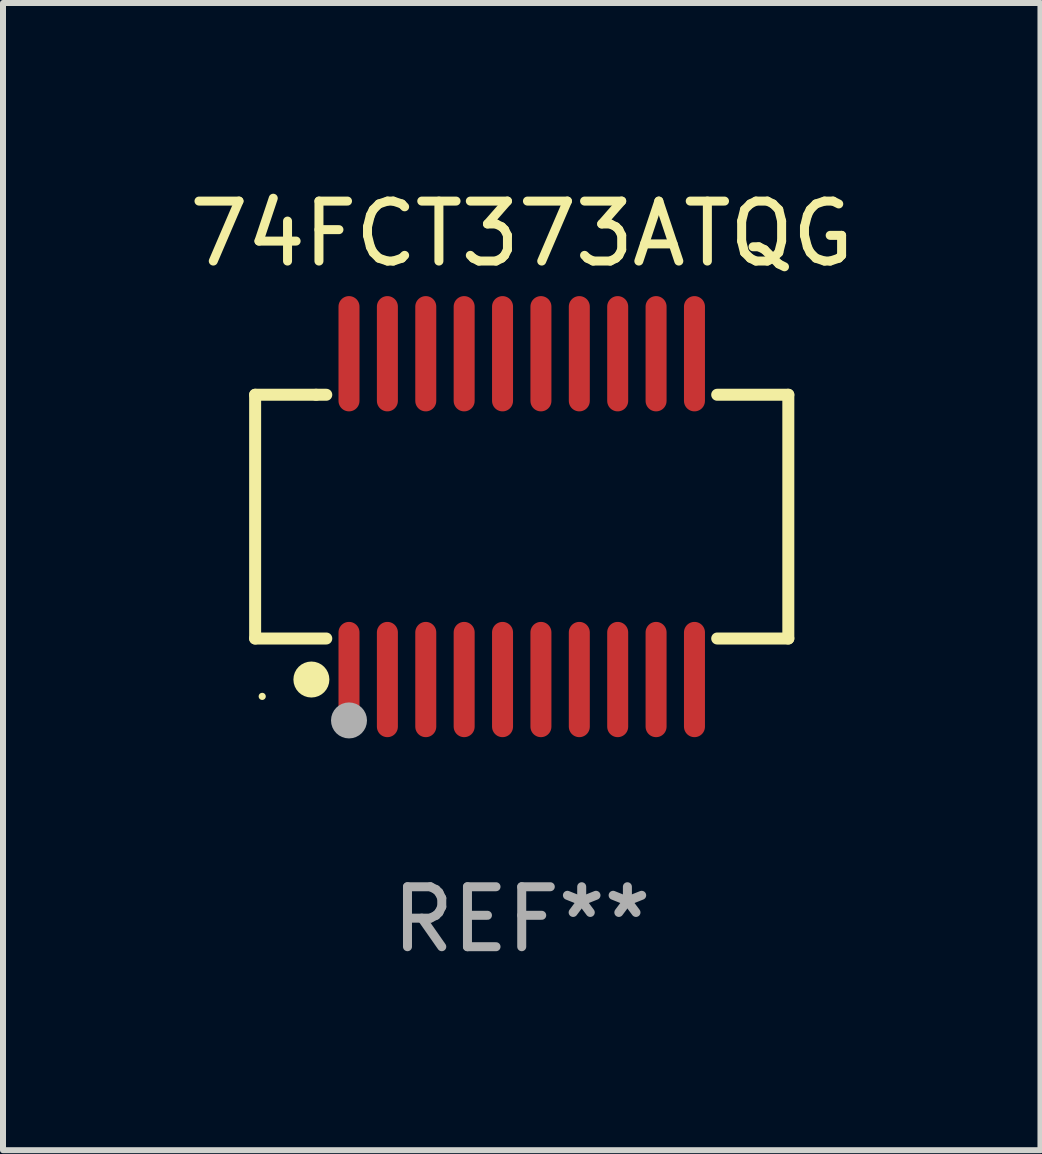
<source format=kicad_pcb>
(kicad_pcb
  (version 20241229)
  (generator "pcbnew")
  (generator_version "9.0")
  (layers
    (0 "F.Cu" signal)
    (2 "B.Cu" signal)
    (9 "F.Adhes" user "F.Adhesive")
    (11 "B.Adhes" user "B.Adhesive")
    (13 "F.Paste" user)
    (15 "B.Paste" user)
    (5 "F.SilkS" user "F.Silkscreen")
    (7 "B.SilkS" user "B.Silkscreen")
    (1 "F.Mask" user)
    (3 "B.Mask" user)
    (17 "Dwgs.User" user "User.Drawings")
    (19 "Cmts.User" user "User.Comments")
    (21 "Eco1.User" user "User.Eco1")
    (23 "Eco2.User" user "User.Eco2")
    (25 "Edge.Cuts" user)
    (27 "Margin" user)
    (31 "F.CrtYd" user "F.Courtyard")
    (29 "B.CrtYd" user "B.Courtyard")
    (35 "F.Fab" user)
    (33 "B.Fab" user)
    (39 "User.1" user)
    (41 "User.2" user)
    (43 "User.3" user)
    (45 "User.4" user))
  (footprint "74FCT373ATQG"
    (layer "F.Cu")
    (at 5.649 5.564)
    (property "Reference" "74FCT373ATQG" (at 0 -4.716 0) (layer "F.SilkS") (effects (font (size 1 1) (thickness 0.15))))
    (attr through_hole)
    (fp_line (start -4.445 -2.032) (end -4.445 2.032) (stroke (width 0.2) (type solid)) (layer "F.SilkS"))
    (fp_line (start -4.445 2.032) (end -3.259 2.032) (stroke (width 0.2) (type solid)) (layer "F.SilkS"))
    (fp_line (start -3.429 -2.032) (end -4.445 -2.032) (stroke (width 0.2) (type solid)) (layer "F.SilkS"))
    (fp_line (start -3.259 -2.032) (end -3.429 -2.032) (stroke (width 0.2) (type solid)) (layer "F.SilkS"))
    (fp_line (start 3.259 2.032) (end 4.445 2.032) (stroke (width 0.2) (type solid)) (layer "F.SilkS"))
    (fp_line (start 4.445 -2.032) (end 3.259 -2.032) (stroke (width 0.2) (type solid)) (layer "F.SilkS"))
    (fp_line (start 4.445 2.032) (end 4.445 -2.032) (stroke (width 0.2) (type solid)) (layer "F.SilkS"))
    (fp_circle (center -4.327 2.997) (end -4.297 2.997) (stroke (width 0.06) (type solid)) (fill no) (layer "F.SilkS"))
    (fp_circle (center -3.507 2.716) (end -3.357 2.716) (stroke (width 0.3) (type solid)) (fill no) (layer "F.SilkS"))
    (fp_circle (center -2.88 3.398) (end -2.73 3.398) (stroke (width 0.3) (type solid)) (fill no) (layer "F.Fab"))
    (fp_text user "REF**" (at 0 6.716 0) (layer "F.Fab") (effects (font (size 1 1) (thickness 0.15))))
    (pad "1" smd oval (at -2.88 2.716) (size 0.35 1.922) (layers "F.Cu" "F.Mask" "F.Paste"))
    (pad "2" smd oval (at -2.24 2.716) (size 0.35 1.922) (layers "F.Cu" "F.Mask" "F.Paste"))
    (pad "3" smd oval (at -1.6 2.716) (size 0.35 1.922) (layers "F.Cu" "F.Mask" "F.Paste"))
    (pad "4" smd oval (at -0.96 2.716) (size 0.35 1.922) (layers "F.Cu" "F.Mask" "F.Paste"))
    (pad "5" smd oval (at -0.32 2.716) (size 0.35 1.922) (layers "F.Cu" "F.Mask" "F.Paste"))
    (pad "6" smd oval (at 0.32 2.716) (size 0.35 1.922) (layers "F.Cu" "F.Mask" "F.Paste"))
    (pad "7" smd oval (at 0.96 2.716) (size 0.35 1.922) (layers "F.Cu" "F.Mask" "F.Paste"))
    (pad "8" smd oval (at 1.6 2.716) (size 0.35 1.922) (layers "F.Cu" "F.Mask" "F.Paste"))
    (pad "9" smd oval (at 2.24 2.716) (size 0.35 1.922) (layers "F.Cu" "F.Mask" "F.Paste"))
    (pad "10" smd oval (at 2.88 2.716) (size 0.35 1.922) (layers "F.Cu" "F.Mask" "F.Paste"))
    (pad "11" smd oval (at 2.88 -2.716) (size 0.35 1.922) (layers "F.Cu" "F.Mask" "F.Paste"))
    (pad "12" smd oval (at 2.24 -2.716) (size 0.35 1.922) (layers "F.Cu" "F.Mask" "F.Paste"))
    (pad "13" smd oval (at 1.6 -2.716) (size 0.35 1.922) (layers "F.Cu" "F.Mask" "F.Paste"))
    (pad "14" smd oval (at 0.96 -2.716) (size 0.35 1.922) (layers "F.Cu" "F.Mask" "F.Paste"))
    (pad "15" smd oval (at 0.32 -2.716) (size 0.35 1.922) (layers "F.Cu" "F.Mask" "F.Paste"))
    (pad "16" smd oval (at -0.32 -2.716) (size 0.35 1.922) (layers "F.Cu" "F.Mask" "F.Paste"))
    (pad "17" smd oval (at -0.96 -2.716) (size 0.35 1.922) (layers "F.Cu" "F.Mask" "F.Paste"))
    (pad "18" smd oval (at -1.6 -2.716) (size 0.35 1.922) (layers "F.Cu" "F.Mask" "F.Paste"))
    (pad "19" smd oval (at -2.24 -2.716) (size 0.35 1.922) (layers "F.Cu" "F.Mask" "F.Paste"))
    (pad "20" smd oval (at -2.88 -2.716) (size 0.35 1.922) (layers "F.Cu" "F.Mask" "F.Paste")))
  (gr_rect
    (start -3 -3)
    (end 14.298 16.128)
    (stroke (width 0.1) (type default))
    (fill no)
    (layer "Edge.Cuts")))
</source>
